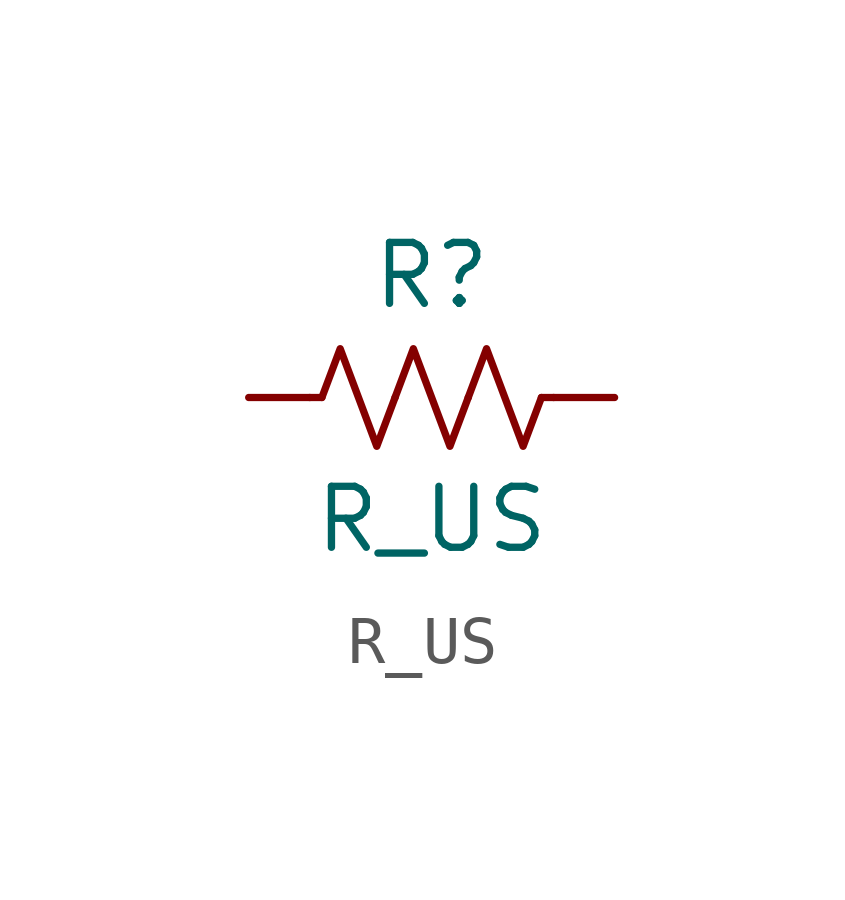
<source format=kicad_sym>
(kicad_symbol_lib
  (version 20231120)
  (generator "kicad_symbol_editor")
  (generator_version "8.0")
  (symbol "R_US"
    (pin_numbers hide)
    (pin_names
      (offset 0))
    (property "Reference" "R"
      (at 0 2.54 0)
      (effects (font (size 1.27 1.27))))
    (property "Value" "R_US"
      (at 0 -2.54 0)
      (effects (font (size 1.27 1.27))))
    (symbol "R_US_0_1"
      (polyline (pts (xy -2.286 0) (xy -2.54 0)) (stroke (width 0) (type default)) (fill (type none)))
      (polyline (pts (xy 2.286 0) (xy 2.54 0)) (stroke (width 0) (type default)) (fill (type none)))
      (polyline (pts (xy -2.286 0) (xy -1.905 1.016) (xy -1.524 0) (xy -1.143 -1.016) (xy -0.762 0)) (stroke (width 0) (type default)) (fill (type none)))
      (polyline (pts (xy -0.762 0) (xy -0.381 1.016) (xy 0 0) (xy 0.381 -1.016) (xy 0.762 0)) (stroke (width 0) (type default)) (fill (type none)))
      (polyline (pts (xy 0.762 0) (xy 1.143 1.016) (xy 1.524 0) (xy 1.905 -1.016) (xy 2.286 0)) (stroke (width 0) (type default)) (fill (type none))))
    (symbol "R_US_1_1"
      (pin passive line (at -3.81 0 0) (length 1.27) (name "~" (effects (font (size 1.27 1.27)))) (number "1" (effects (font (size 1.27 1.27)))))
      (pin free line (at 3.81 0 180) (length 1.27) (name "~" (effects (font (size 1.27 1.27)))) (number "2" (effects (font (size 1.27 1.27))))))))
</source>
